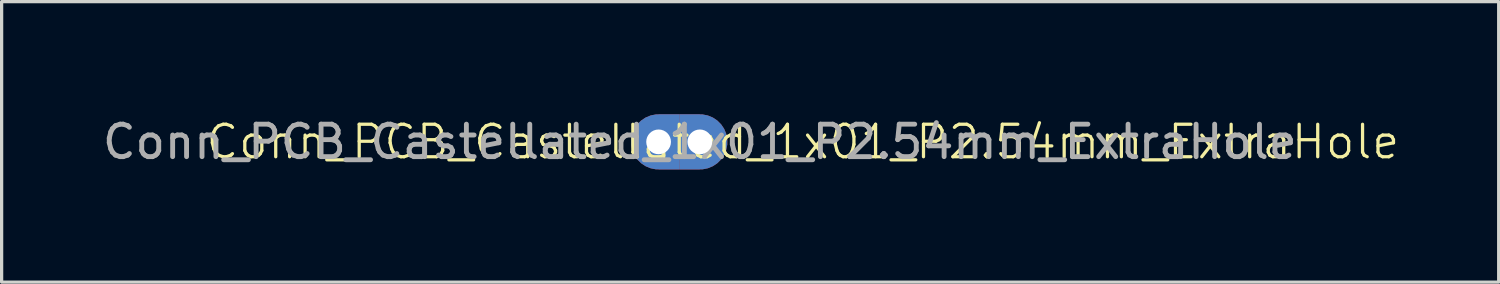
<source format=kicad_pcb>
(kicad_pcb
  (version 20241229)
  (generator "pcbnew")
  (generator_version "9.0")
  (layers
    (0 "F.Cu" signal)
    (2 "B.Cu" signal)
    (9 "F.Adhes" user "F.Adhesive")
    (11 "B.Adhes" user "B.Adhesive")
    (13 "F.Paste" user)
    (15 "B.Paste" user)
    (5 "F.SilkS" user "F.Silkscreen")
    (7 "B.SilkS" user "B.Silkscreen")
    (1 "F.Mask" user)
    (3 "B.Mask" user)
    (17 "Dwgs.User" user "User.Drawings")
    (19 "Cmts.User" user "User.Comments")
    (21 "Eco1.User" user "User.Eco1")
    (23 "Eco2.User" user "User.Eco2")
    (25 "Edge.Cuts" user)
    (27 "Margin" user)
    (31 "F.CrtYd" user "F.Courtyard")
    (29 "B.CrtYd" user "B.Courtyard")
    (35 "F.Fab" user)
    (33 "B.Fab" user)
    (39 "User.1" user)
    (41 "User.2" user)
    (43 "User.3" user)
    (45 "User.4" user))
  (footprint "Conn_PCB_Castellated_1x01_P2.54mm_ExtraHole"
    (layer "F.Cu")
    (at 18.506 1.32)
    (property "Reference" "Conn_PCB_Castellated_1x01_P2.54mm_ExtraHole" (at 3.175 0 0) (unlocked yes) (layer "F.SilkS") (effects (font (size 1 1) (thickness 0.1))))
    (attr through_hole)
    (fp_line (start -1.27 -1.27) (end -1.27 1.27) (stroke (width 0.1) (type default)) (layer "User.1"))
    (fp_text user "${REFERENCE}" (at 0 0 0) (unlocked yes) (layer "F.Fab") (effects (font (size 1 1) (thickness 0.15))))
    (pad "1" thru_hole custom (at -1.27 0) (size 1.7 1.7) (drill 0.762) (property pad_prop_castellated) (layers "*.Cu" "*.Mask") (options (anchor circle)) (primitives (gr_poly (pts (xy 0 0.85) (xy 0 -0.85) (xy 0.635 -0.85) (xy 0.635 0.85)) (width 0) (fill yes))))
    (pad "1" thru_hole custom (at 0 0) (size 1.7 1.7) (drill 0.762) (property pad_prop_castellated) (layers "*.Cu" "*.Mask") (options (anchor circle)) (primitives (gr_poly (pts (xy 0 0.85) (xy 0 -0.85) (xy -0.635 -0.85) (xy -0.635 0.85)) (width 0) (fill yes)))))
  (gr_rect
    (start -3 -3)
    (end 43.112 5.64)
    (stroke (width 0.1) (type default))
    (fill no)
    (layer "Edge.Cuts")))
</source>
